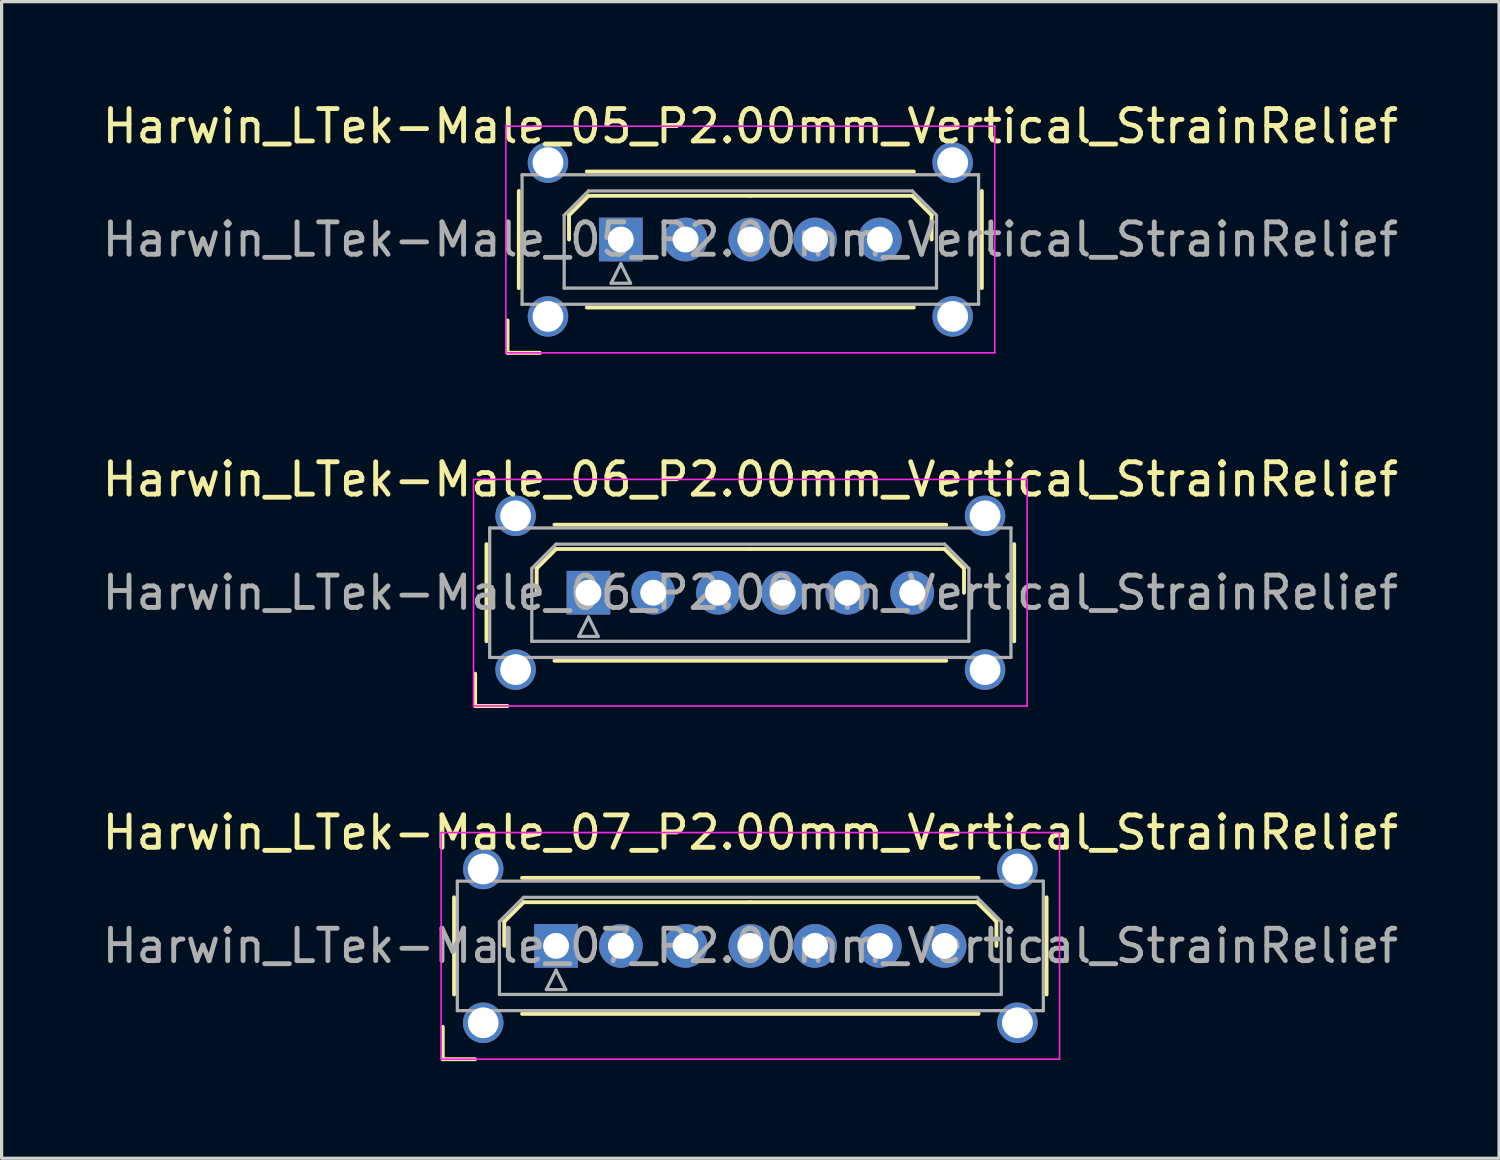
<source format=kicad_pcb>
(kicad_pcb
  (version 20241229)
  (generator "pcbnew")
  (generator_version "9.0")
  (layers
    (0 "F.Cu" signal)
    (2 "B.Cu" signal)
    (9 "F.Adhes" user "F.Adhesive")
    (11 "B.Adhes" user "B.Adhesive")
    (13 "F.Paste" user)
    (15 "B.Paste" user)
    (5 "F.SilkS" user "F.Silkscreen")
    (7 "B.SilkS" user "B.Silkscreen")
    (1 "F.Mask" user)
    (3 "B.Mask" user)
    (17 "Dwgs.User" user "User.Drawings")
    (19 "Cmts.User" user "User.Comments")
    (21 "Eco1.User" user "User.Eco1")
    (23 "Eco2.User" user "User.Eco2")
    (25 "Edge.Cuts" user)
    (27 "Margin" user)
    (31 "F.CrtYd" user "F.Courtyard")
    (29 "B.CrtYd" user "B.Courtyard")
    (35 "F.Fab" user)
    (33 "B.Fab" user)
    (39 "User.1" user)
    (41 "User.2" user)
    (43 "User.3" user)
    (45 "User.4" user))
  (footprint "Harwin_LTek-Male_05_P2.00mm_Vertical_StrainRelief"
    (layer "F.Cu")
    (at 16.125 4.348)
    (property "Reference" "Harwin_LTek-Male_05_P2.00mm_Vertical_StrainRelief" (at 4 -3.5 0) (layer "F.SilkS") (effects (font (size 1 1) (thickness 0.15))))
    (attr through_hole)
    (fp_line (start -3.5 2.5) (end -3.5 3.5) (stroke (width 0.12) (type solid)) (layer "F.SilkS"))
    (fp_line (start -3.5 3.5) (end -2.5 3.5) (stroke (width 0.12) (type solid)) (layer "F.SilkS"))
    (fp_line (start -3.15 -1.5) (end -3.15 1.5) (stroke (width 0.12) (type solid)) (layer "F.SilkS"))
    (fp_line (start -1.6 -0.75) (end -1 -1.35) (stroke (width 0.12) (type solid)) (layer "F.SilkS"))
    (fp_line (start -1.6 0) (end -1.6 -0.75) (stroke (width 0.12) (type solid)) (layer "F.SilkS"))
    (fp_line (start -1.05 -2.1) (end 9.05 -2.1) (stroke (width 0.12) (type solid)) (layer "F.SilkS"))
    (fp_line (start -1.05 2.1) (end 9.05 2.1) (stroke (width 0.12) (type solid)) (layer "F.SilkS"))
    (fp_line (start -1 -1.35) (end 4 -1.35) (stroke (width 0.12) (type solid)) (layer "F.SilkS"))
    (fp_line (start 9 -1.35) (end 4 -1.35) (stroke (width 0.12) (type solid)) (layer "F.SilkS"))
    (fp_line (start 9.6 -0.75) (end 9 -1.35) (stroke (width 0.12) (type solid)) (layer "F.SilkS"))
    (fp_line (start 9.6 0) (end 9.6 -0.75) (stroke (width 0.12) (type solid)) (layer "F.SilkS"))
    (fp_line (start 11.15 -1.5) (end 11.15 1.5) (stroke (width 0.12) (type solid)) (layer "F.SilkS"))
    (fp_line (start -3.55 -3.5) (end -3.55 3.5) (stroke (width 0.05) (type solid)) (layer "F.CrtYd"))
    (fp_line (start -3.55 3.5) (end 11.55 3.5) (stroke (width 0.05) (type solid)) (layer "F.CrtYd"))
    (fp_line (start 11.55 -3.5) (end -3.55 -3.5) (stroke (width 0.05) (type solid)) (layer "F.CrtYd"))
    (fp_line (start 11.55 3.5) (end 11.55 -3.5) (stroke (width 0.05) (type solid)) (layer "F.CrtYd"))
    (fp_line (start -3.05 -2) (end -3.05 2) (stroke (width 0.1) (type solid)) (layer "F.Fab"))
    (fp_line (start -3.05 2) (end 11.05 2) (stroke (width 0.1) (type solid)) (layer "F.Fab"))
    (fp_line (start -1.75 -0.75) (end -1 -1.5) (stroke (width 0.1) (type solid)) (layer "F.Fab"))
    (fp_line (start -1.75 1.5) (end -1.75 -0.75) (stroke (width 0.1) (type solid)) (layer "F.Fab"))
    (fp_line (start -1 -1.5) (end 9 -1.5) (stroke (width 0.1) (type solid)) (layer "F.Fab"))
    (fp_line (start -0.3 1.35) (end 0.3 1.35) (stroke (width 0.1) (type solid)) (layer "F.Fab"))
    (fp_line (start 0 0.75) (end -0.3 1.35) (stroke (width 0.1) (type solid)) (layer "F.Fab"))
    (fp_line (start 0.3 1.35) (end 0 0.75) (stroke (width 0.1) (type solid)) (layer "F.Fab"))
    (fp_line (start 9 -1.5) (end 9.75 -0.75) (stroke (width 0.1) (type solid)) (layer "F.Fab"))
    (fp_line (start 9.75 -0.75) (end 9.75 1.5) (stroke (width 0.1) (type solid)) (layer "F.Fab"))
    (fp_line (start 9.75 1.5) (end -1.75 1.5) (stroke (width 0.1) (type solid)) (layer "F.Fab"))
    (fp_line (start 11.05 -2) (end -3.05 -2) (stroke (width 0.1) (type solid)) (layer "F.Fab"))
    (fp_line (start 11.05 2) (end 11.05 -2) (stroke (width 0.1) (type solid)) (layer "F.Fab"))
    (fp_text user "${REFERENCE}" (at 4 0 0) (layer "F.Fab") (effects (font (size 1 1) (thickness 0.15))))
    (pad "" thru_hole circle (at -2.25 -2.375) (size 1.25 1.25) (drill 0.95) (layers "*.Cu" "*.Mask"))
    (pad "" thru_hole circle (at -2.25 2.375) (size 1.25 1.25) (drill 0.95) (layers "*.Cu" "*.Mask"))
    (pad "" thru_hole circle (at 10.25 -2.375) (size 1.25 1.25) (drill 0.95) (layers "*.Cu" "*.Mask"))
    (pad "" thru_hole circle (at 10.25 2.375) (size 1.25 1.25) (drill 0.95) (layers "*.Cu" "*.Mask"))
    (pad "1" thru_hole rect (at 0 0) (size 1.35 1.35) (drill 0.8) (layers "*.Cu" "*.Mask"))
    (pad "2" thru_hole circle (at 2 0) (size 1.35 1.35) (drill 0.8) (layers "*.Cu" "*.Mask"))
    (pad "3" thru_hole circle (at 4 0) (size 1.35 1.35) (drill 0.8) (layers "*.Cu" "*.Mask"))
    (pad "4" thru_hole circle (at 6 0) (size 1.35 1.35) (drill 0.8) (layers "*.Cu" "*.Mask"))
    (pad "5" thru_hole circle (at 8 0) (size 1.35 1.35) (drill 0.8) (layers "*.Cu" "*.Mask")))
  (footprint "Harwin_LTek-Male_06_P2.00mm_Vertical_StrainRelief"
    (layer "F.Cu")
    (at 15.125 15.257)
    (property "Reference" "Harwin_LTek-Male_06_P2.00mm_Vertical_StrainRelief" (at 5 -3.5 0) (layer "F.SilkS") (effects (font (size 1 1) (thickness 0.15))))
    (attr through_hole)
    (fp_line (start -3.5 2.5) (end -3.5 3.5) (stroke (width 0.12) (type solid)) (layer "F.SilkS"))
    (fp_line (start -3.5 3.5) (end -2.5 3.5) (stroke (width 0.12) (type solid)) (layer "F.SilkS"))
    (fp_line (start -3.15 -1.5) (end -3.15 1.5) (stroke (width 0.12) (type solid)) (layer "F.SilkS"))
    (fp_line (start -1.6 -0.75) (end -1 -1.35) (stroke (width 0.12) (type solid)) (layer "F.SilkS"))
    (fp_line (start -1.6 0) (end -1.6 -0.75) (stroke (width 0.12) (type solid)) (layer "F.SilkS"))
    (fp_line (start -1.05 -2.1) (end 11.05 -2.1) (stroke (width 0.12) (type solid)) (layer "F.SilkS"))
    (fp_line (start -1.05 2.1) (end 11.05 2.1) (stroke (width 0.12) (type solid)) (layer "F.SilkS"))
    (fp_line (start -1 -1.35) (end 5 -1.35) (stroke (width 0.12) (type solid)) (layer "F.SilkS"))
    (fp_line (start 11 -1.35) (end 5 -1.35) (stroke (width 0.12) (type solid)) (layer "F.SilkS"))
    (fp_line (start 11.6 -0.75) (end 11 -1.35) (stroke (width 0.12) (type solid)) (layer "F.SilkS"))
    (fp_line (start 11.6 0) (end 11.6 -0.75) (stroke (width 0.12) (type solid)) (layer "F.SilkS"))
    (fp_line (start 13.15 -1.5) (end 13.15 1.5) (stroke (width 0.12) (type solid)) (layer "F.SilkS"))
    (fp_line (start -3.55 -3.5) (end -3.55 3.5) (stroke (width 0.05) (type solid)) (layer "F.CrtYd"))
    (fp_line (start -3.55 3.5) (end 13.55 3.5) (stroke (width 0.05) (type solid)) (layer "F.CrtYd"))
    (fp_line (start 13.55 -3.5) (end -3.55 -3.5) (stroke (width 0.05) (type solid)) (layer "F.CrtYd"))
    (fp_line (start 13.55 3.5) (end 13.55 -3.5) (stroke (width 0.05) (type solid)) (layer "F.CrtYd"))
    (fp_line (start -3.05 -2) (end -3.05 2) (stroke (width 0.1) (type solid)) (layer "F.Fab"))
    (fp_line (start -3.05 2) (end 13.05 2) (stroke (width 0.1) (type solid)) (layer "F.Fab"))
    (fp_line (start -1.75 -0.75) (end -1 -1.5) (stroke (width 0.1) (type solid)) (layer "F.Fab"))
    (fp_line (start -1.75 1.5) (end -1.75 -0.75) (stroke (width 0.1) (type solid)) (layer "F.Fab"))
    (fp_line (start -1 -1.5) (end 11 -1.5) (stroke (width 0.1) (type solid)) (layer "F.Fab"))
    (fp_line (start -0.3 1.35) (end 0.3 1.35) (stroke (width 0.1) (type solid)) (layer "F.Fab"))
    (fp_line (start 0 0.75) (end -0.3 1.35) (stroke (width 0.1) (type solid)) (layer "F.Fab"))
    (fp_line (start 0.3 1.35) (end 0 0.75) (stroke (width 0.1) (type solid)) (layer "F.Fab"))
    (fp_line (start 11 -1.5) (end 11.75 -0.75) (stroke (width 0.1) (type solid)) (layer "F.Fab"))
    (fp_line (start 11.75 -0.75) (end 11.75 1.5) (stroke (width 0.1) (type solid)) (layer "F.Fab"))
    (fp_line (start 11.75 1.5) (end -1.75 1.5) (stroke (width 0.1) (type solid)) (layer "F.Fab"))
    (fp_line (start 13.05 -2) (end -3.05 -2) (stroke (width 0.1) (type solid)) (layer "F.Fab"))
    (fp_line (start 13.05 2) (end 13.05 -2) (stroke (width 0.1) (type solid)) (layer "F.Fab"))
    (fp_text user "${REFERENCE}" (at 5 0 0) (layer "F.Fab") (effects (font (size 1 1) (thickness 0.15))))
    (pad "" thru_hole circle (at -2.25 -2.375) (size 1.25 1.25) (drill 0.95) (layers "*.Cu" "*.Mask"))
    (pad "" thru_hole circle (at -2.25 2.375) (size 1.25 1.25) (drill 0.95) (layers "*.Cu" "*.Mask"))
    (pad "" thru_hole circle (at 12.25 -2.375) (size 1.25 1.25) (drill 0.95) (layers "*.Cu" "*.Mask"))
    (pad "" thru_hole circle (at 12.25 2.375) (size 1.25 1.25) (drill 0.95) (layers "*.Cu" "*.Mask"))
    (pad "1" thru_hole rect (at 0 0) (size 1.35 1.35) (drill 0.8) (layers "*.Cu" "*.Mask"))
    (pad "2" thru_hole circle (at 2 0) (size 1.35 1.35) (drill 0.8) (layers "*.Cu" "*.Mask"))
    (pad "3" thru_hole circle (at 4 0) (size 1.35 1.35) (drill 0.8) (layers "*.Cu" "*.Mask"))
    (pad "4" thru_hole circle (at 6 0) (size 1.35 1.35) (drill 0.8) (layers "*.Cu" "*.Mask"))
    (pad "5" thru_hole circle (at 8 0) (size 1.35 1.35) (drill 0.8) (layers "*.Cu" "*.Mask"))
    (pad "6" thru_hole circle (at 10 0) (size 1.35 1.35) (drill 0.8) (layers "*.Cu" "*.Mask")))
  (footprint "Harwin_LTek-Male_07_P2.00mm_Vertical_StrainRelief"
    (layer "F.Cu")
    (at 14.125 26.165)
    (property "Reference" "Harwin_LTek-Male_07_P2.00mm_Vertical_StrainRelief" (at 6 -3.5 0) (layer "F.SilkS") (effects (font (size 1 1) (thickness 0.15))))
    (attr through_hole)
    (fp_line (start -3.5 2.5) (end -3.5 3.5) (stroke (width 0.12) (type solid)) (layer "F.SilkS"))
    (fp_line (start -3.5 3.5) (end -2.5 3.5) (stroke (width 0.12) (type solid)) (layer "F.SilkS"))
    (fp_line (start -3.15 -1.5) (end -3.15 1.5) (stroke (width 0.12) (type solid)) (layer "F.SilkS"))
    (fp_line (start -1.6 -0.75) (end -1 -1.35) (stroke (width 0.12) (type solid)) (layer "F.SilkS"))
    (fp_line (start -1.6 0) (end -1.6 -0.75) (stroke (width 0.12) (type solid)) (layer "F.SilkS"))
    (fp_line (start -1.05 -2.1) (end 13.05 -2.1) (stroke (width 0.12) (type solid)) (layer "F.SilkS"))
    (fp_line (start -1.05 2.1) (end 13.05 2.1) (stroke (width 0.12) (type solid)) (layer "F.SilkS"))
    (fp_line (start -1 -1.35) (end 6 -1.35) (stroke (width 0.12) (type solid)) (layer "F.SilkS"))
    (fp_line (start 13 -1.35) (end 6 -1.35) (stroke (width 0.12) (type solid)) (layer "F.SilkS"))
    (fp_line (start 13.6 -0.75) (end 13 -1.35) (stroke (width 0.12) (type solid)) (layer "F.SilkS"))
    (fp_line (start 13.6 0) (end 13.6 -0.75) (stroke (width 0.12) (type solid)) (layer "F.SilkS"))
    (fp_line (start 15.15 -1.5) (end 15.15 1.5) (stroke (width 0.12) (type solid)) (layer "F.SilkS"))
    (fp_line (start -3.55 -3.5) (end -3.55 3.5) (stroke (width 0.05) (type solid)) (layer "F.CrtYd"))
    (fp_line (start -3.55 3.5) (end 15.55 3.5) (stroke (width 0.05) (type solid)) (layer "F.CrtYd"))
    (fp_line (start 15.55 -3.5) (end -3.55 -3.5) (stroke (width 0.05) (type solid)) (layer "F.CrtYd"))
    (fp_line (start 15.55 3.5) (end 15.55 -3.5) (stroke (width 0.05) (type solid)) (layer "F.CrtYd"))
    (fp_line (start -3.05 -2) (end -3.05 2) (stroke (width 0.1) (type solid)) (layer "F.Fab"))
    (fp_line (start -3.05 2) (end 15.05 2) (stroke (width 0.1) (type solid)) (layer "F.Fab"))
    (fp_line (start -1.75 -0.75) (end -1 -1.5) (stroke (width 0.1) (type solid)) (layer "F.Fab"))
    (fp_line (start -1.75 1.5) (end -1.75 -0.75) (stroke (width 0.1) (type solid)) (layer "F.Fab"))
    (fp_line (start -1 -1.5) (end 13 -1.5) (stroke (width 0.1) (type solid)) (layer "F.Fab"))
    (fp_line (start -0.3 1.35) (end 0.3 1.35) (stroke (width 0.1) (type solid)) (layer "F.Fab"))
    (fp_line (start 0 0.75) (end -0.3 1.35) (stroke (width 0.1) (type solid)) (layer "F.Fab"))
    (fp_line (start 0.3 1.35) (end 0 0.75) (stroke (width 0.1) (type solid)) (layer "F.Fab"))
    (fp_line (start 13 -1.5) (end 13.75 -0.75) (stroke (width 0.1) (type solid)) (layer "F.Fab"))
    (fp_line (start 13.75 -0.75) (end 13.75 1.5) (stroke (width 0.1) (type solid)) (layer "F.Fab"))
    (fp_line (start 13.75 1.5) (end -1.75 1.5) (stroke (width 0.1) (type solid)) (layer "F.Fab"))
    (fp_line (start 15.05 -2) (end -3.05 -2) (stroke (width 0.1) (type solid)) (layer "F.Fab"))
    (fp_line (start 15.05 2) (end 15.05 -2) (stroke (width 0.1) (type solid)) (layer "F.Fab"))
    (fp_text user "${REFERENCE}" (at 6 0 0) (layer "F.Fab") (effects (font (size 1 1) (thickness 0.15))))
    (pad "" thru_hole circle (at -2.25 -2.375) (size 1.25 1.25) (drill 0.95) (layers "*.Cu" "*.Mask"))
    (pad "" thru_hole circle (at -2.25 2.375) (size 1.25 1.25) (drill 0.95) (layers "*.Cu" "*.Mask"))
    (pad "" thru_hole circle (at 14.25 -2.375) (size 1.25 1.25) (drill 0.95) (layers "*.Cu" "*.Mask"))
    (pad "" thru_hole circle (at 14.25 2.375) (size 1.25 1.25) (drill 0.95) (layers "*.Cu" "*.Mask"))
    (pad "1" thru_hole rect (at 0 0) (size 1.35 1.35) (drill 0.8) (layers "*.Cu" "*.Mask"))
    (pad "2" thru_hole circle (at 2 0) (size 1.35 1.35) (drill 0.8) (layers "*.Cu" "*.Mask"))
    (pad "3" thru_hole circle (at 4 0) (size 1.35 1.35) (drill 0.8) (layers "*.Cu" "*.Mask"))
    (pad "4" thru_hole circle (at 6 0) (size 1.35 1.35) (drill 0.8) (layers "*.Cu" "*.Mask"))
    (pad "5" thru_hole circle (at 8 0) (size 1.35 1.35) (drill 0.8) (layers "*.Cu" "*.Mask"))
    (pad "6" thru_hole circle (at 10 0) (size 1.35 1.35) (drill 0.8) (layers "*.Cu" "*.Mask"))
    (pad "7" thru_hole circle (at 12 0) (size 1.35 1.35) (drill 0.8) (layers "*.Cu" "*.Mask")))
  (gr_rect
    (start -3 -3)
    (end 43.25 32.725)
    (stroke (width 0.1) (type default))
    (fill no)
    (layer "Edge.Cuts")))
</source>
